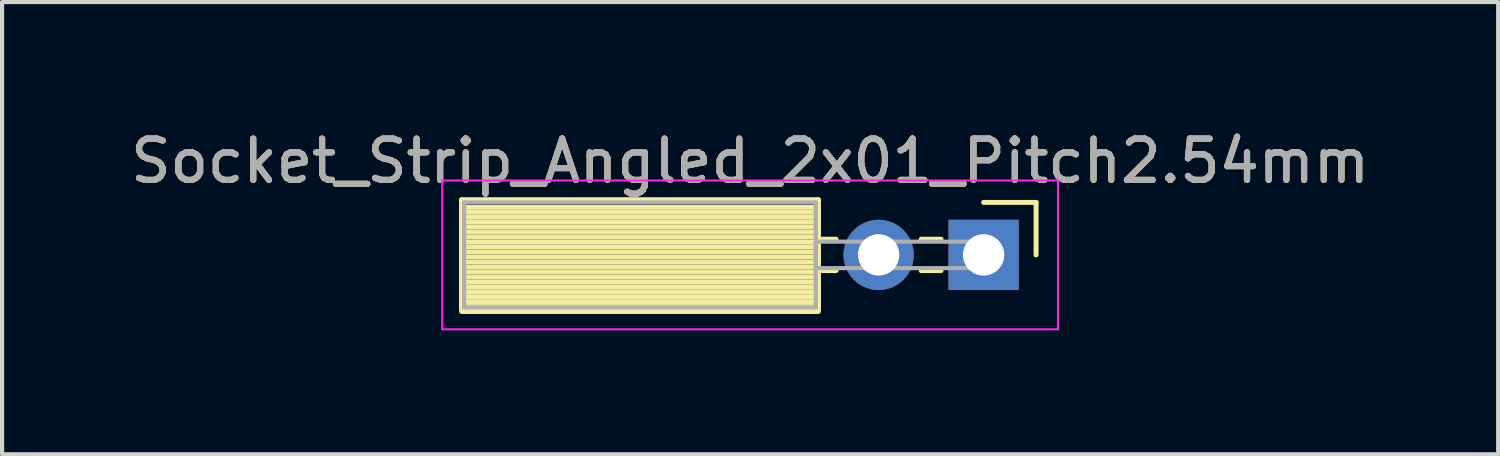
<source format=kicad_pcb>
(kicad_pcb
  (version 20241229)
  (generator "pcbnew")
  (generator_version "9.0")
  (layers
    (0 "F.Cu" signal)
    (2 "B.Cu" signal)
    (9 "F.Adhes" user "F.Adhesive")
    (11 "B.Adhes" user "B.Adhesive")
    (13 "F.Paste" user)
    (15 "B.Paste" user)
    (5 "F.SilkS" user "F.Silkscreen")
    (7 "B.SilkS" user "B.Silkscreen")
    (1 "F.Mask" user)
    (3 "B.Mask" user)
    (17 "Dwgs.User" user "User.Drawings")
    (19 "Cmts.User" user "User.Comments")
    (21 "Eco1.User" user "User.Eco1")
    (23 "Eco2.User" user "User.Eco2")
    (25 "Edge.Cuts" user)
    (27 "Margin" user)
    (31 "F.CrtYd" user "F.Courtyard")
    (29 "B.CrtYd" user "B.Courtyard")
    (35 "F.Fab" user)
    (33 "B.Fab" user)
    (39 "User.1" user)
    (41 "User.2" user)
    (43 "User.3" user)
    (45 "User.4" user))
  (footprint "Socket_Strip_Angled_2x01_Pitch2.54mm"
    (layer "F.Cu")
    (at 20.751 3.118)
    (property "Reference" "Socket_Strip_Angled_2x01_Pitch2.54mm" (at -5.65 -2.27 0) (layer "F.SilkS") (effects (font (size 1 1) (thickness 0.15))))
    (attr through_hole)
    (fp_line (start -12.63 -1.33) (end -4 -1.33) (stroke (width 0.12) (type solid)) (layer "F.SilkS"))
    (fp_line (start -12.63 -1.33) (end -4 -1.33) (stroke (width 0.12) (type solid)) (layer "F.SilkS"))
    (fp_line (start -12.63 1.27) (end -12.63 -1.33) (stroke (width 0.12) (type solid)) (layer "F.SilkS"))
    (fp_line (start -12.63 1.33) (end -12.63 -1.33) (stroke (width 0.12) (type solid)) (layer "F.SilkS"))
    (fp_line (start -4 -1.33) (end -4 1.27) (stroke (width 0.12) (type solid)) (layer "F.SilkS"))
    (fp_line (start -4 -1.33) (end -4 1.33) (stroke (width 0.12) (type solid)) (layer "F.SilkS"))
    (fp_line (start -4 -1.15) (end -12.63 -1.15) (stroke (width 0.12) (type solid)) (layer "F.SilkS"))
    (fp_line (start -4 -1.03) (end -12.63 -1.03) (stroke (width 0.12) (type solid)) (layer "F.SilkS"))
    (fp_line (start -4 -0.91) (end -12.63 -0.91) (stroke (width 0.12) (type solid)) (layer "F.SilkS"))
    (fp_line (start -4 -0.79) (end -12.63 -0.79) (stroke (width 0.12) (type solid)) (layer "F.SilkS"))
    (fp_line (start -4 -0.67) (end -12.63 -0.67) (stroke (width 0.12) (type solid)) (layer "F.SilkS"))
    (fp_line (start -4 -0.55) (end -12.63 -0.55) (stroke (width 0.12) (type solid)) (layer "F.SilkS"))
    (fp_line (start -4 -0.43) (end -12.63 -0.43) (stroke (width 0.12) (type solid)) (layer "F.SilkS"))
    (fp_line (start -4 -0.31) (end -12.63 -0.31) (stroke (width 0.12) (type solid)) (layer "F.SilkS"))
    (fp_line (start -4 -0.19) (end -12.63 -0.19) (stroke (width 0.12) (type solid)) (layer "F.SilkS"))
    (fp_line (start -4 -0.07) (end -12.63 -0.07) (stroke (width 0.12) (type solid)) (layer "F.SilkS"))
    (fp_line (start -4 0.05) (end -12.63 0.05) (stroke (width 0.12) (type solid)) (layer "F.SilkS"))
    (fp_line (start -4 0.17) (end -12.63 0.17) (stroke (width 0.12) (type solid)) (layer "F.SilkS"))
    (fp_line (start -4 0.29) (end -12.63 0.29) (stroke (width 0.12) (type solid)) (layer "F.SilkS"))
    (fp_line (start -4 0.41) (end -12.63 0.41) (stroke (width 0.12) (type solid)) (layer "F.SilkS"))
    (fp_line (start -4 0.53) (end -12.63 0.53) (stroke (width 0.12) (type solid)) (layer "F.SilkS"))
    (fp_line (start -4 0.65) (end -12.63 0.65) (stroke (width 0.12) (type solid)) (layer "F.SilkS"))
    (fp_line (start -4 0.77) (end -12.63 0.77) (stroke (width 0.12) (type solid)) (layer "F.SilkS"))
    (fp_line (start -4 0.89) (end -12.63 0.89) (stroke (width 0.12) (type solid)) (layer "F.SilkS"))
    (fp_line (start -4 1.01) (end -12.63 1.01) (stroke (width 0.12) (type solid)) (layer "F.SilkS"))
    (fp_line (start -4 1.13) (end -12.63 1.13) (stroke (width 0.12) (type solid)) (layer "F.SilkS"))
    (fp_line (start -4 1.25) (end -12.63 1.25) (stroke (width 0.12) (type solid)) (layer "F.SilkS"))
    (fp_line (start -4 1.27) (end -12.63 1.27) (stroke (width 0.12) (type solid)) (layer "F.SilkS"))
    (fp_line (start -4 1.33) (end -12.63 1.33) (stroke (width 0.12) (type solid)) (layer "F.SilkS"))
    (fp_line (start -4 1.37) (end -12.63 1.37) (stroke (width 0.12) (type solid)) (layer "F.SilkS"))
    (fp_line (start -3.57 -0.38) (end -4 -0.38) (stroke (width 0.12) (type solid)) (layer "F.SilkS"))
    (fp_line (start -3.57 0.38) (end -4 0.38) (stroke (width 0.12) (type solid)) (layer "F.SilkS"))
    (fp_line (start -1.03 -0.38) (end -1.51 -0.38) (stroke (width 0.12) (type solid)) (layer "F.SilkS"))
    (fp_line (start -1.03 0.38) (end -1.51 0.38) (stroke (width 0.12) (type solid)) (layer "F.SilkS"))
    (fp_line (start 0 -1.27) (end 1.27 -1.27) (stroke (width 0.12) (type solid)) (layer "F.SilkS"))
    (fp_line (start 1.27 -1.27) (end 1.27 0) (stroke (width 0.12) (type solid)) (layer "F.SilkS"))
    (fp_line (start -13.1 -1.8) (end 1.8 -1.8) (stroke (width 0.05) (type solid)) (layer "F.CrtYd"))
    (fp_line (start -13.1 1.8) (end -13.1 -1.8) (stroke (width 0.05) (type solid)) (layer "F.CrtYd"))
    (fp_line (start 1.8 -1.8) (end 1.8 1.8) (stroke (width 0.05) (type solid)) (layer "F.CrtYd"))
    (fp_line (start 1.8 1.8) (end -13.1 1.8) (stroke (width 0.05) (type solid)) (layer "F.CrtYd"))
    (fp_line (start -12.57 -1.27) (end -4.06 -1.27) (stroke (width 0.1) (type solid)) (layer "F.Fab"))
    (fp_line (start -12.57 1.27) (end -12.57 -1.27) (stroke (width 0.1) (type solid)) (layer "F.Fab"))
    (fp_line (start -4.06 -1.27) (end -4.06 1.27) (stroke (width 0.1) (type solid)) (layer "F.Fab"))
    (fp_line (start -4.06 -0.32) (end 0 -0.32) (stroke (width 0.1) (type solid)) (layer "F.Fab"))
    (fp_line (start -4.06 0.32) (end -4.06 -0.32) (stroke (width 0.1) (type solid)) (layer "F.Fab"))
    (fp_line (start -4.06 1.27) (end -12.57 1.27) (stroke (width 0.1) (type solid)) (layer "F.Fab"))
    (fp_line (start 0 -0.32) (end 0 0.32) (stroke (width 0.1) (type solid)) (layer "F.Fab"))
    (fp_line (start 0 0.32) (end -4.06 0.32) (stroke (width 0.1) (type solid)) (layer "F.Fab"))
    (fp_text user "${REFERENCE}" (at -5.65 -2.27 0) (layer "F.Fab") (effects (font (size 1 1) (thickness 0.15))))
    (pad "1" thru_hole rect (at 0 0) (size 1.7 1.7) (drill 1) (layers "*.Cu" "*.Mask"))
    (pad "2" thru_hole oval (at -2.54 0) (size 1.7 1.7) (drill 1) (layers "*.Cu" "*.Mask")))
  (gr_rect
    (start -3 -3)
    (end 33.202 7.943)
    (stroke (width 0.1) (type default))
    (fill no)
    (layer "Edge.Cuts")))
</source>
